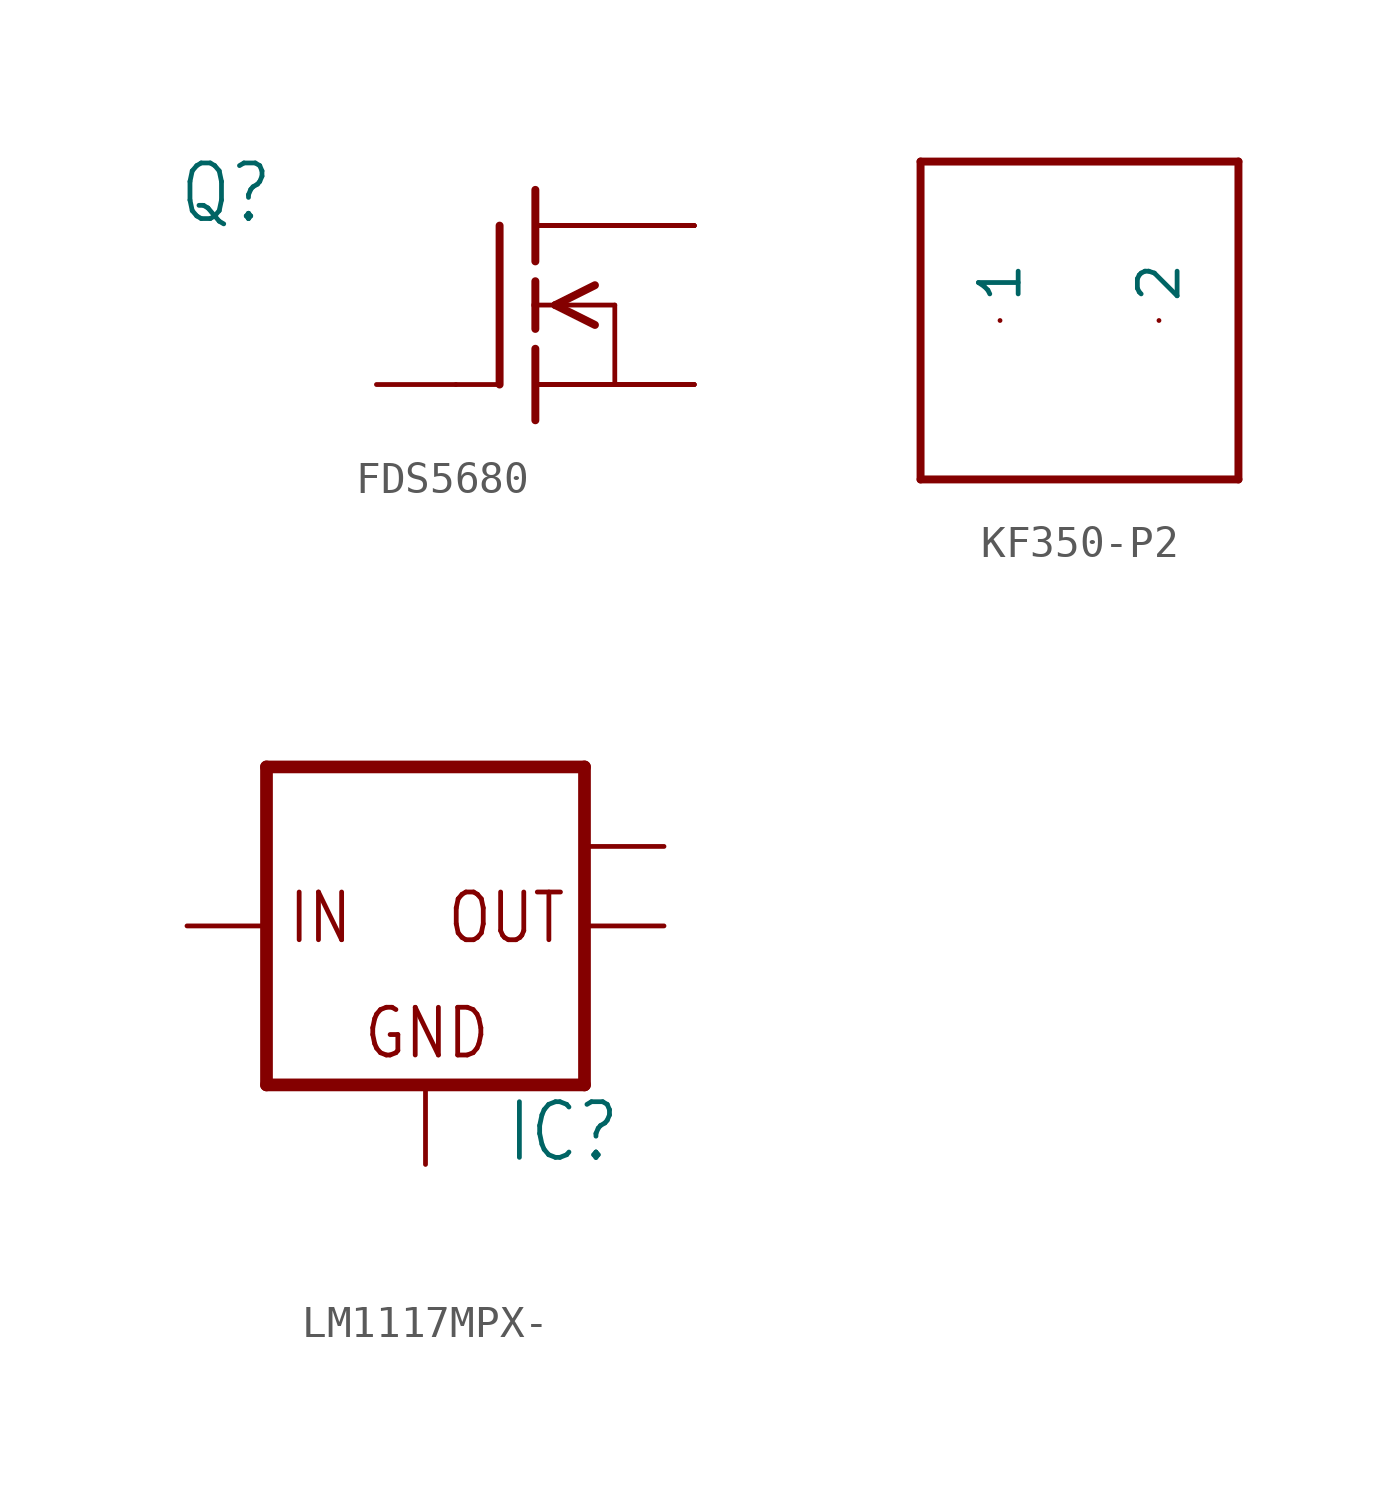
<source format=kicad_sym>
(kicad_symbol_lib
  (version 20231120)
  (generator "kicad_symbol_editor")
  (generator_version "8.0")
  (symbol "FDS5680"
    (property "Reference" "Q"
      (at -11.43 2.54 0)
      (effects (font (size 1.778 1.511)) (justify left bottom)))
    (property "Value" ""
      (at -11.43 0 0)
      (effects (font (size 1.778 1.511)) (justify left bottom)))
    (property "ki_locked" ""
      (at 0 0 0)
      (effects (font (size 1.27 1.27))))
    (symbol "FDS5680_1_0"
      (polyline (pts (xy -2.54 -2.54) (xy -1.219 -2.54)) (stroke (width 0.152) (type solid)) (fill (type none)))
      (polyline (pts (xy -1.143 2.54) (xy -1.143 -2.54)) (stroke (width 0.254) (type solid)) (fill (type none)))
      (polyline (pts (xy 0 -1.397) (xy 0 -3.683)) (stroke (width 0.254) (type solid)) (fill (type none)))
      (polyline (pts (xy 0 0) (xy 0 -0.762)) (stroke (width 0.254) (type solid)) (fill (type none)))
      (polyline (pts (xy 0 0) (xy 0.635 0)) (stroke (width 0.152) (type solid)) (fill (type none)))
      (polyline (pts (xy 0 0.762) (xy 0 0)) (stroke (width 0.254) (type solid)) (fill (type none)))
      (polyline (pts (xy 0 3.683) (xy 0 1.397)) (stroke (width 0.254) (type solid)) (fill (type none)))
      (polyline (pts (xy 0.635 0) (xy 2.54 0)) (stroke (width 0.152) (type solid)) (fill (type none)))
      (polyline (pts (xy 1.905 -0.635) (xy 0.635 0)) (stroke (width 0.254) (type solid)) (fill (type none)))
      (polyline (pts (xy 1.905 0.635) (xy 0.635 0)) (stroke (width 0.254) (type solid)) (fill (type none)))
      (polyline (pts (xy 2.54 0) (xy 2.54 -2.54)) (stroke (width 0.152) (type solid)) (fill (type none)))
      (pin passive line (at 5.08 -2.54 180) (length 5.08) (name "S" (effects (font (size 0 0)))) (number "1" (effects (font (size 0 0)))))
      (pin passive line (at 5.08 -2.54 180) (length 5.08) (name "S" (effects (font (size 0 0)))) (number "2" (effects (font (size 0 0)))))
      (pin passive line (at 5.08 -2.54 180) (length 5.08) (name "S" (effects (font (size 0 0)))) (number "3" (effects (font (size 0 0)))))
      (pin passive line (at -5.08 -2.54 0) (length 2.54) (name "G" (effects (font (size 0 0)))) (number "4" (effects (font (size 0 0)))))
      (pin passive line (at 5.08 2.54 180) (length 5.08) (name "D" (effects (font (size 0 0)))) (number "5" (effects (font (size 0 0)))))
      (pin passive line (at 5.08 2.54 180) (length 5.08) (name "D" (effects (font (size 0 0)))) (number "6" (effects (font (size 0 0)))))
      (pin passive line (at 5.08 2.54 180) (length 5.08) (name "D" (effects (font (size 0 0)))) (number "7" (effects (font (size 0 0)))))
      (pin passive line (at 5.08 2.54 180) (length 5.08) (name "D" (effects (font (size 0 0)))) (number "8" (effects (font (size 0 0)))))))
  (symbol "KF350-P2"
    (property "Reference" ""
      (at 0 0 0)
      (effects (font (size 1.27 1.27)) (hide yes)))
    (property "ki_locked" ""
      (at 0 0 0)
      (effects (font (size 1.27 1.27))))
    (symbol "KF350-P2_1_0"
      (polyline (pts (xy -5.08 -5.08) (xy -5.08 5.08)) (stroke (width 0.254) (type solid)) (fill (type none)))
      (polyline (pts (xy -5.08 5.08) (xy 5.08 5.08)) (stroke (width 0.254) (type solid)) (fill (type none)))
      (polyline (pts (xy 5.08 -5.08) (xy -5.08 -5.08)) (stroke (width 0.254) (type solid)) (fill (type none)))
      (polyline (pts (xy 5.08 5.08) (xy 5.08 -5.08)) (stroke (width 0.254) (type solid)) (fill (type none)))
      (pin bidirectional line (at -2.54 0 90) (length 0) (name "1" (effects (font (size 1.27 1.27)))) (number "1" (effects (font (size 0 0)))))
      (pin bidirectional line (at 2.54 0 90) (length 0) (name "2" (effects (font (size 1.27 1.27)))) (number "2" (effects (font (size 0 0)))))))
  (symbol "LM1117MPX-"
    (property "Reference" "IC"
      (at 2.54 -7.62 0)
      (effects (font (size 1.778 1.511)) (justify left bottom)))
    (property "Value" ""
      (at 2.54 -10.16 0)
      (effects (font (size 1.778 1.511)) (justify left bottom)))
    (property "ki_locked" ""
      (at 0 0 0)
      (effects (font (size 1.27 1.27))))
    (symbol "LM1117MPX-_1_0"
      (polyline (pts (xy -5.08 -5.08) (xy 5.08 -5.08)) (stroke (width 0.406) (type solid)) (fill (type none)))
      (polyline (pts (xy -5.08 5.08) (xy -5.08 -5.08)) (stroke (width 0.406) (type solid)) (fill (type none)))
      (polyline (pts (xy 5.08 -5.08) (xy 5.08 5.08)) (stroke (width 0.406) (type solid)) (fill (type none)))
      (polyline (pts (xy 5.08 5.08) (xy -5.08 5.08)) (stroke (width 0.406) (type solid)) (fill (type none)))
      (text "GND" (at -2.032 -4.318 0) (effects (font (size 1.524 1.295)) (justify left bottom)))
      (text "IN" (at -4.445 -0.635 0) (effects (font (size 1.524 1.295)) (justify left bottom)))
      (text "OUT" (at 0.635 -0.635 0) (effects (font (size 1.524 1.295)) (justify left bottom)))
      (pin input line (at 0 -7.62 90) (length 2.54) (name "GND" (effects (font (size 0 0)))) (number "1" (effects (font (size 0 0)))))
      (pin passive line (at 7.62 0 180) (length 2.54) (name "OUT" (effects (font (size 0 0)))) (number "2" (effects (font (size 0 0)))))
      (pin input line (at -7.62 0 0) (length 2.54) (name "IN" (effects (font (size 0 0)))) (number "3" (effects (font (size 0 0)))))
      (pin passive line (at 7.62 2.54 180) (length 2.54) (name "OUT1" (effects (font (size 0 0)))) (number "TAB" (effects (font (size 0 0))))))))
</source>
